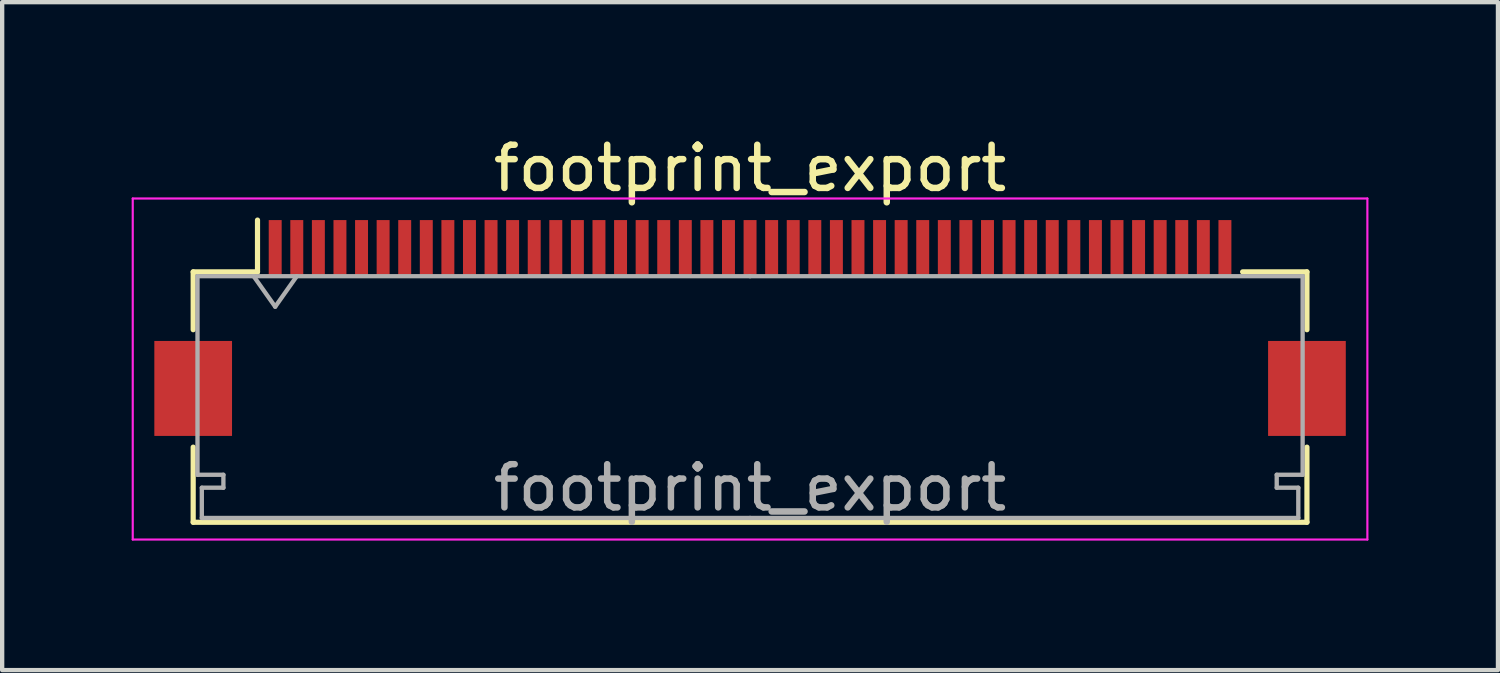
<source format=kicad_pcb>
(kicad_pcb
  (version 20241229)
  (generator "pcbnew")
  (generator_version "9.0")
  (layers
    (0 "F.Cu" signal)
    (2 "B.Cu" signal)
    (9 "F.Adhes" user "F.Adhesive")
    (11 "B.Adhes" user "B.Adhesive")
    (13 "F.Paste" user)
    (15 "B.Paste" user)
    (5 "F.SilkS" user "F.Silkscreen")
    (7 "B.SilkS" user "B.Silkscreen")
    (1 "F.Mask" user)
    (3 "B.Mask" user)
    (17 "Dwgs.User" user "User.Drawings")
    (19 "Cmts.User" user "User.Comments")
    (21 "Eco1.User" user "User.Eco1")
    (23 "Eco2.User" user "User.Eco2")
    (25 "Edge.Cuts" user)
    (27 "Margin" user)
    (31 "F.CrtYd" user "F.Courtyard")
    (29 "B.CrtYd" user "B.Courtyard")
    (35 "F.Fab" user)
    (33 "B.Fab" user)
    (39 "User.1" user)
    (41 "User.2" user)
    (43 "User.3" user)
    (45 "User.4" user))
  (footprint "footprint_export"
    (layer "F.Cu")
    (at 14.325 4.548)
    (property "Reference" "footprint_export" (at 0 -3.7 0) (layer "F.SilkS") (effects (font (size 1 1) (thickness 0.15))))
    (attr smd)
    (fp_line (start -12.9 -1.3) (end -12.9 0.04) (stroke (width 0.12) (type solid)) (layer "F.SilkS"))
    (fp_line (start -12.9 2.76) (end -12.9 4.5) (stroke (width 0.12) (type solid)) (layer "F.SilkS"))
    (fp_line (start -12.9 4.5) (end 12.9 4.5) (stroke (width 0.12) (type solid)) (layer "F.SilkS"))
    (fp_line (start -11.41 -1.3) (end -12.9 -1.3) (stroke (width 0.12) (type solid)) (layer "F.SilkS"))
    (fp_line (start -11.41 -1.3) (end -11.41 -2.5) (stroke (width 0.12) (type solid)) (layer "F.SilkS"))
    (fp_line (start 11.41 -1.3) (end 12.9 -1.3) (stroke (width 0.12) (type solid)) (layer "F.SilkS"))
    (fp_line (start 12.9 -1.3) (end 12.9 0.04) (stroke (width 0.12) (type solid)) (layer "F.SilkS"))
    (fp_line (start 12.9 4.5) (end 12.9 2.76) (stroke (width 0.12) (type solid)) (layer "F.SilkS"))
    (fp_line (start -14.3 -3) (end -14.3 4.9) (stroke (width 0.05) (type solid)) (layer "F.CrtYd"))
    (fp_line (start -14.3 4.9) (end 14.3 4.9) (stroke (width 0.05) (type solid)) (layer "F.CrtYd"))
    (fp_line (start 14.3 -3) (end -14.3 -3) (stroke (width 0.05) (type solid)) (layer "F.CrtYd"))
    (fp_line (start 14.3 4.9) (end 14.3 -3) (stroke (width 0.05) (type solid)) (layer "F.CrtYd"))
    (fp_line (start -12.8 -1.2) (end -12.8 3.4) (stroke (width 0.1) (type solid)) (layer "F.Fab"))
    (fp_line (start -12.8 3.4) (end -12.2 3.4) (stroke (width 0.1) (type solid)) (layer "F.Fab"))
    (fp_line (start -12.7 3.7) (end -12.7 4.4) (stroke (width 0.1) (type solid)) (layer "F.Fab"))
    (fp_line (start -12.7 4.4) (end 0 4.4) (stroke (width 0.1) (type solid)) (layer "F.Fab"))
    (fp_line (start -12.2 3.4) (end -12.2 3.7) (stroke (width 0.1) (type solid)) (layer "F.Fab"))
    (fp_line (start -12.2 3.7) (end -12.7 3.7) (stroke (width 0.1) (type solid)) (layer "F.Fab"))
    (fp_line (start -11.5 -1.2) (end -11 -0.493) (stroke (width 0.1) (type solid)) (layer "F.Fab"))
    (fp_line (start -11 -0.493) (end -10.5 -1.2) (stroke (width 0.1) (type solid)) (layer "F.Fab"))
    (fp_line (start 0 -1.2) (end -12.8 -1.2) (stroke (width 0.1) (type solid)) (layer "F.Fab"))
    (fp_line (start 0 -1.2) (end 12.8 -1.2) (stroke (width 0.1) (type solid)) (layer "F.Fab"))
    (fp_line (start 12.2 3.4) (end 12.2 3.7) (stroke (width 0.1) (type solid)) (layer "F.Fab"))
    (fp_line (start 12.2 3.7) (end 12.7 3.7) (stroke (width 0.1) (type solid)) (layer "F.Fab"))
    (fp_line (start 12.7 3.7) (end 12.7 4.4) (stroke (width 0.1) (type solid)) (layer "F.Fab"))
    (fp_line (start 12.7 4.4) (end 0 4.4) (stroke (width 0.1) (type solid)) (layer "F.Fab"))
    (fp_line (start 12.8 -1.2) (end 12.8 3.4) (stroke (width 0.1) (type solid)) (layer "F.Fab"))
    (fp_line (start 12.8 3.4) (end 12.2 3.4) (stroke (width 0.1) (type solid)) (layer "F.Fab"))
    (fp_text user "${REFERENCE}" (at 0 3.7 0) (layer "F.Fab") (effects (font (size 1 1) (thickness 0.15))))
    (pad "1" smd rect (at -11 -1.85) (size 0.3 1.3) (layers "F.Cu" "F.Mask" "F.Paste"))
    (pad "2" smd rect (at -10.5 -1.85) (size 0.3 1.3) (layers "F.Cu" "F.Mask" "F.Paste"))
    (pad "3" smd rect (at -10 -1.85) (size 0.3 1.3) (layers "F.Cu" "F.Mask" "F.Paste"))
    (pad "4" smd rect (at -9.5 -1.85) (size 0.3 1.3) (layers "F.Cu" "F.Mask" "F.Paste"))
    (pad "5" smd rect (at -9 -1.85) (size 0.3 1.3) (layers "F.Cu" "F.Mask" "F.Paste"))
    (pad "6" smd rect (at -8.5 -1.85) (size 0.3 1.3) (layers "F.Cu" "F.Mask" "F.Paste"))
    (pad "7" smd rect (at -8 -1.85) (size 0.3 1.3) (layers "F.Cu" "F.Mask" "F.Paste"))
    (pad "8" smd rect (at -7.5 -1.85) (size 0.3 1.3) (layers "F.Cu" "F.Mask" "F.Paste"))
    (pad "9" smd rect (at -7 -1.85) (size 0.3 1.3) (layers "F.Cu" "F.Mask" "F.Paste"))
    (pad "10" smd rect (at -6.5 -1.85) (size 0.3 1.3) (layers "F.Cu" "F.Mask" "F.Paste"))
    (pad "11" smd rect (at -6 -1.85) (size 0.3 1.3) (layers "F.Cu" "F.Mask" "F.Paste"))
    (pad "12" smd rect (at -5.5 -1.85) (size 0.3 1.3) (layers "F.Cu" "F.Mask" "F.Paste"))
    (pad "13" smd rect (at -5 -1.85) (size 0.3 1.3) (layers "F.Cu" "F.Mask" "F.Paste"))
    (pad "14" smd rect (at -4.5 -1.85) (size 0.3 1.3) (layers "F.Cu" "F.Mask" "F.Paste"))
    (pad "15" smd rect (at -4 -1.85) (size 0.3 1.3) (layers "F.Cu" "F.Mask" "F.Paste"))
    (pad "16" smd rect (at -3.5 -1.85) (size 0.3 1.3) (layers "F.Cu" "F.Mask" "F.Paste"))
    (pad "17" smd rect (at -3 -1.85) (size 0.3 1.3) (layers "F.Cu" "F.Mask" "F.Paste"))
    (pad "18" smd rect (at -2.5 -1.85) (size 0.3 1.3) (layers "F.Cu" "F.Mask" "F.Paste"))
    (pad "19" smd rect (at -2 -1.85) (size 0.3 1.3) (layers "F.Cu" "F.Mask" "F.Paste"))
    (pad "20" smd rect (at -1.5 -1.85) (size 0.3 1.3) (layers "F.Cu" "F.Mask" "F.Paste"))
    (pad "21" smd rect (at -1 -1.85) (size 0.3 1.3) (layers "F.Cu" "F.Mask" "F.Paste"))
    (pad "22" smd rect (at -0.5 -1.85) (size 0.3 1.3) (layers "F.Cu" "F.Mask" "F.Paste"))
    (pad "23" smd rect (at 0 -1.85) (size 0.3 1.3) (layers "F.Cu" "F.Mask" "F.Paste"))
    (pad "24" smd rect (at 0.5 -1.85) (size 0.3 1.3) (layers "F.Cu" "F.Mask" "F.Paste"))
    (pad "25" smd rect (at 1 -1.85) (size 0.3 1.3) (layers "F.Cu" "F.Mask" "F.Paste"))
    (pad "26" smd rect (at 1.5 -1.85) (size 0.3 1.3) (layers "F.Cu" "F.Mask" "F.Paste"))
    (pad "27" smd rect (at 2 -1.85) (size 0.3 1.3) (layers "F.Cu" "F.Mask" "F.Paste"))
    (pad "28" smd rect (at 2.5 -1.85) (size 0.3 1.3) (layers "F.Cu" "F.Mask" "F.Paste"))
    (pad "29" smd rect (at 3 -1.85) (size 0.3 1.3) (layers "F.Cu" "F.Mask" "F.Paste"))
    (pad "30" smd rect (at 3.5 -1.85) (size 0.3 1.3) (layers "F.Cu" "F.Mask" "F.Paste"))
    (pad "31" smd rect (at 4 -1.85) (size 0.3 1.3) (layers "F.Cu" "F.Mask" "F.Paste"))
    (pad "32" smd rect (at 4.5 -1.85) (size 0.3 1.3) (layers "F.Cu" "F.Mask" "F.Paste"))
    (pad "33" smd rect (at 5 -1.85) (size 0.3 1.3) (layers "F.Cu" "F.Mask" "F.Paste"))
    (pad "34" smd rect (at 5.5 -1.85) (size 0.3 1.3) (layers "F.Cu" "F.Mask" "F.Paste"))
    (pad "35" smd rect (at 6 -1.85) (size 0.3 1.3) (layers "F.Cu" "F.Mask" "F.Paste"))
    (pad "36" smd rect (at 6.5 -1.85) (size 0.3 1.3) (layers "F.Cu" "F.Mask" "F.Paste"))
    (pad "37" smd rect (at 7 -1.85) (size 0.3 1.3) (layers "F.Cu" "F.Mask" "F.Paste"))
    (pad "38" smd rect (at 7.5 -1.85) (size 0.3 1.3) (layers "F.Cu" "F.Mask" "F.Paste"))
    (pad "39" smd rect (at 8 -1.85) (size 0.3 1.3) (layers "F.Cu" "F.Mask" "F.Paste"))
    (pad "40" smd rect (at 8.5 -1.85) (size 0.3 1.3) (layers "F.Cu" "F.Mask" "F.Paste"))
    (pad "41" smd rect (at 9 -1.85) (size 0.3 1.3) (layers "F.Cu" "F.Mask" "F.Paste"))
    (pad "42" smd rect (at 9.5 -1.85) (size 0.3 1.3) (layers "F.Cu" "F.Mask" "F.Paste"))
    (pad "43" smd rect (at 10 -1.85) (size 0.3 1.3) (layers "F.Cu" "F.Mask" "F.Paste"))
    (pad "44" smd rect (at 10.5 -1.85) (size 0.3 1.3) (layers "F.Cu" "F.Mask" "F.Paste"))
    (pad "45" smd rect (at 11 -1.85) (size 0.3 1.3) (layers "F.Cu" "F.Mask" "F.Paste"))
    (pad "MP" smd rect (at -12.9 1.4) (size 1.8 2.2) (layers "F.Cu" "F.Mask" "F.Paste"))
    (pad "MP" smd rect (at 12.9 1.4) (size 1.8 2.2) (layers "F.Cu" "F.Mask" "F.Paste")))
  (gr_rect
    (start -3 -3)
    (end 31.65 12.473)
    (stroke (width 0.1) (type default))
    (fill no)
    (layer "Edge.Cuts")))
</source>
